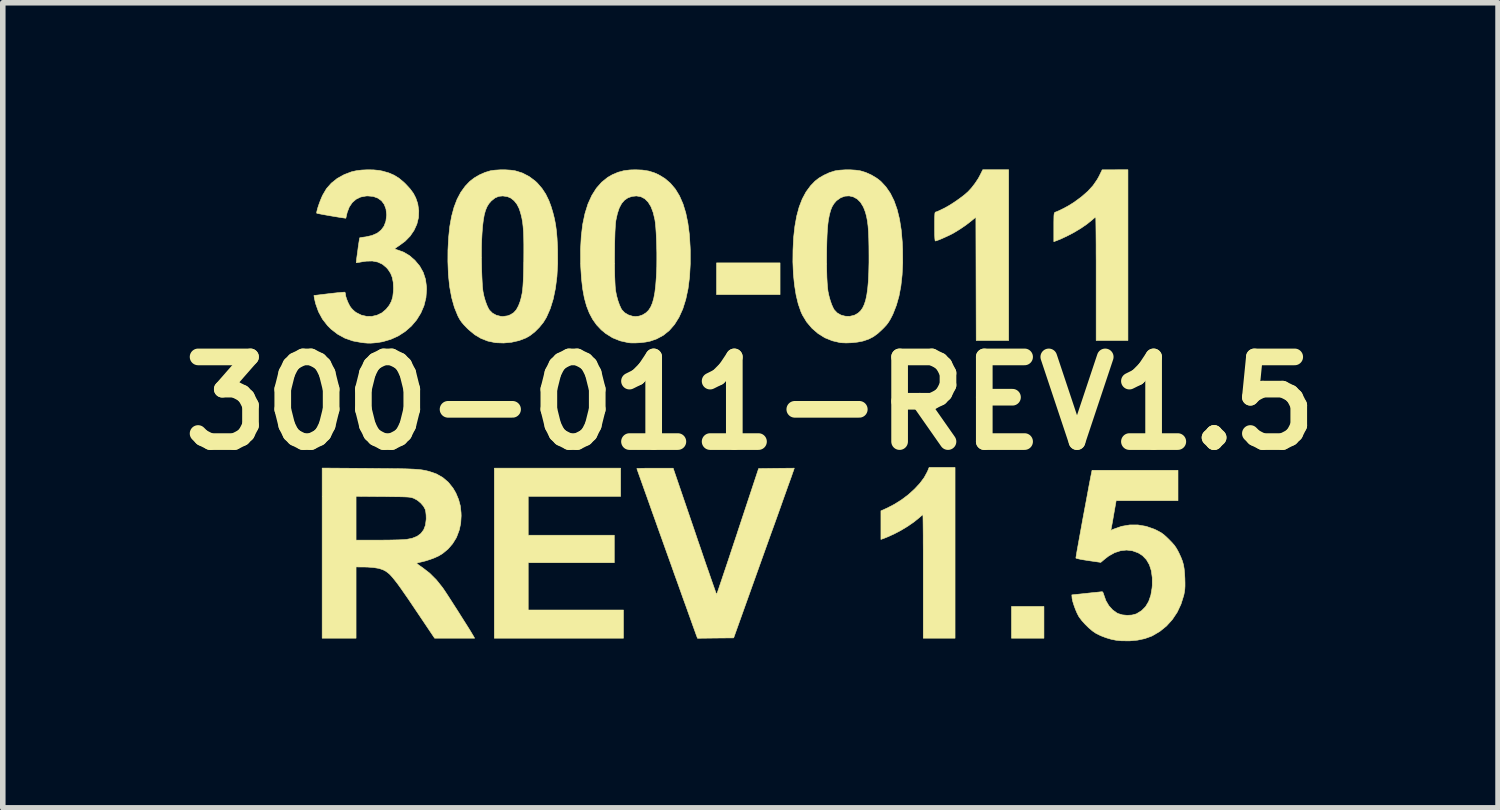
<source format=kicad_pcb>
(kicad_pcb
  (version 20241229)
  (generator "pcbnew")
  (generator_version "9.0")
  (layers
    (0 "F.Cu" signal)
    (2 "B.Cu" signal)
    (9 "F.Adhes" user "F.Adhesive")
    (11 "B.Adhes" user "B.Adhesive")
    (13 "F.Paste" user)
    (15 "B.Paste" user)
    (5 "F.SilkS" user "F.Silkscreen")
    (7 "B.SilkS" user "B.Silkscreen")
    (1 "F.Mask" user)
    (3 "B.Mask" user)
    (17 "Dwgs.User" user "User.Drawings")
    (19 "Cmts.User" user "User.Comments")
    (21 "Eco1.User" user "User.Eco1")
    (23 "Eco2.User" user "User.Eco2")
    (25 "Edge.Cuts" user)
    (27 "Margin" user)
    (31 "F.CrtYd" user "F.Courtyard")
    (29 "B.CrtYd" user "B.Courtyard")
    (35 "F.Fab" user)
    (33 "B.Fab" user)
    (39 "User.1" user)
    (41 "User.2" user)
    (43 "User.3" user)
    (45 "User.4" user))
  (footprint "300-011-REV1.5"
    (layer "F.Cu")
    (at 10.458 4.209)
    (property "Reference" "300-011-REV1.5" (at 0 0 0) (layer "F.SilkS") (effects (font (size 1.524 1.524) (thickness 0.3))))
    (attr through_hole)
    (fp_poly (pts (xy 0.533 -1.956) (xy -0.61 -1.956) (xy -0.61 -2.527) (xy 0.533 -2.527) (xy 0.533 -1.956)) (stroke (width 0.01) (type solid)) (fill yes) (layer "F.SilkS"))
    (fp_poly (pts (xy 5.283 4.229) (xy 4.699 4.229) (xy 4.699 3.658) (xy 5.283 3.658) (xy 5.283 4.229)) (stroke (width 0.01) (type solid)) (fill yes) (layer "F.SilkS"))
    (fp_poly (pts (xy -2.337 1.676) (xy -4 1.676) (xy -4 2.375) (xy -2.451 2.375) (xy -2.451 2.87) (xy -4 2.87) (xy -4 3.721) (xy -2.286 3.721) (xy -2.286 4.229) (xy -4.61 4.229) (xy -4.61 1.168) (xy -2.337 1.168) (xy -2.337 1.676)) (stroke (width 0.01) (type solid)) (fill yes) (layer "F.SilkS"))
    (fp_poly (pts (xy 3.683 4.229) (xy 3.111 4.229) (xy 3.111 3.118) (xy 3.111 2.952) (xy 3.111 2.794) (xy 3.111 2.645) (xy 3.11 2.508) (xy 3.11 2.383) (xy 3.109 2.273) (xy 3.108 2.179) (xy 3.107 2.104) (xy 3.106 2.049) (xy 3.105 2.016) (xy 3.104 2.007) (xy 3.091 2.014) (xy 3.066 2.035) (xy 3.035 2.062) (xy 2.945 2.135) (xy 2.838 2.209) (xy 2.72 2.281) (xy 2.598 2.346) (xy 2.479 2.401) (xy 2.431 2.42) (xy 2.349 2.451) (xy 2.349 1.936) (xy 2.459 1.887) (xy 2.592 1.818) (xy 2.722 1.736) (xy 2.843 1.645) (xy 2.953 1.545) (xy 3.049 1.442) (xy 3.127 1.338) (xy 3.183 1.235) (xy 3.19 1.22) (xy 3.216 1.156) (xy 3.683 1.156) (xy 3.683 4.229)) (stroke (width 0.01) (type solid)) (fill yes) (layer "F.SilkS"))
    (fp_poly (pts (xy 4.648 -4.204) (xy 4.648 -1.13) (xy 4.064 -1.13) (xy 4.058 -3.351) (xy 3.981 -3.287) (xy 3.883 -3.211) (xy 3.772 -3.135) (xy 3.661 -3.067) (xy 3.645 -3.058) (xy 3.601 -3.035) (xy 3.548 -3.01) (xy 3.491 -2.984) (xy 3.435 -2.959) (xy 3.385 -2.939) (xy 3.348 -2.926) (xy 3.328 -2.921) (xy 3.323 -2.933) (xy 3.319 -2.971) (xy 3.316 -3.033) (xy 3.315 -3.12) (xy 3.315 -3.181) (xy 3.315 -3.27) (xy 3.316 -3.337) (xy 3.318 -3.385) (xy 3.32 -3.416) (xy 3.324 -3.433) (xy 3.33 -3.441) (xy 3.333 -3.442) (xy 3.351 -3.447) (xy 3.387 -3.462) (xy 3.434 -3.484) (xy 3.489 -3.511) (xy 3.575 -3.559) (xy 3.668 -3.618) (xy 3.76 -3.682) (xy 3.845 -3.746) (xy 3.914 -3.806) (xy 3.916 -3.808) (xy 3.979 -3.876) (xy 4.043 -3.959) (xy 4.101 -4.046) (xy 4.136 -4.111) (xy 4.182 -4.204) (xy 4.415 -4.204) (xy 4.648 -4.204)) (stroke (width 0.01) (type solid)) (fill yes) (layer "F.SilkS"))
    (fp_poly (pts (xy 6.795 -1.13) (xy 6.223 -1.13) (xy 6.223 -2.242) (xy 6.223 -2.407) (xy 6.223 -2.565) (xy 6.222 -2.714) (xy 6.222 -2.852) (xy 6.221 -2.977) (xy 6.22 -3.087) (xy 6.219 -3.18) (xy 6.218 -3.255) (xy 6.217 -3.31) (xy 6.216 -3.343) (xy 6.215 -3.353) (xy 6.203 -3.345) (xy 6.177 -3.324) (xy 6.144 -3.295) (xy 6.142 -3.294) (xy 6.058 -3.226) (xy 5.955 -3.155) (xy 5.84 -3.085) (xy 5.718 -3.02) (xy 5.596 -2.962) (xy 5.515 -2.929) (xy 5.461 -2.909) (xy 5.461 -3.169) (xy 5.461 -3.257) (xy 5.462 -3.323) (xy 5.463 -3.371) (xy 5.466 -3.402) (xy 5.47 -3.422) (xy 5.475 -3.432) (xy 5.483 -3.437) (xy 5.483 -3.438) (xy 5.552 -3.466) (xy 5.632 -3.505) (xy 5.717 -3.551) (xy 5.797 -3.6) (xy 5.816 -3.612) (xy 5.956 -3.714) (xy 6.073 -3.816) (xy 6.168 -3.92) (xy 6.243 -4.029) (xy 6.277 -4.091) (xy 6.331 -4.202) (xy 6.795 -4.204) (xy 6.795 -1.13)) (stroke (width 0.01) (type solid)) (fill yes) (layer "F.SilkS"))
    (fp_poly (pts (xy 0.78 1.197) (xy 0.775 1.212) (xy 0.761 1.25) (xy 0.741 1.309) (xy 0.713 1.387) (xy 0.678 1.483) (xy 0.638 1.596) (xy 0.592 1.724) (xy 0.542 1.866) (xy 0.487 2.02) (xy 0.428 2.185) (xy 0.365 2.358) (xy 0.3 2.54) (xy 0.234 2.724) (xy -0.302 4.223) (xy -0.628 4.226) (xy -0.953 4.23) (xy -0.966 4.194) (xy -0.974 4.174) (xy -0.989 4.132) (xy -1.011 4.071) (xy -1.04 3.991) (xy -1.074 3.895) (xy -1.114 3.784) (xy -1.158 3.66) (xy -1.207 3.526) (xy -1.258 3.382) (xy -1.312 3.23) (xy -1.369 3.073) (xy -1.426 2.911) (xy -1.485 2.747) (xy -1.544 2.582) (xy -1.602 2.419) (xy -1.66 2.258) (xy -1.715 2.102) (xy -1.769 1.952) (xy -1.819 1.81) (xy -1.866 1.678) (xy -1.909 1.558) (xy -1.947 1.451) (xy -1.98 1.358) (xy -2.007 1.283) (xy -2.027 1.226) (xy -2.04 1.19) (xy -2.045 1.175) (xy -2.045 1.175) (xy -2.033 1.173) (xy -1.998 1.172) (xy -1.945 1.17) (xy -1.877 1.169) (xy -1.797 1.169) (xy -1.718 1.169) (xy -1.391 1.169) (xy -1.003 2.305) (xy -0.948 2.468) (xy -0.894 2.624) (xy -0.844 2.772) (xy -0.797 2.909) (xy -0.753 3.034) (xy -0.715 3.145) (xy -0.681 3.242) (xy -0.653 3.321) (xy -0.632 3.381) (xy -0.617 3.422) (xy -0.61 3.44) (xy -0.609 3.442) (xy -0.605 3.43) (xy -0.592 3.396) (xy -0.573 3.341) (xy -0.548 3.266) (xy -0.517 3.175) (xy -0.481 3.067) (xy -0.44 2.946) (xy -0.395 2.812) (xy -0.347 2.667) (xy -0.296 2.513) (xy -0.242 2.352) (xy -0.228 2.308) (xy 0.147 1.175) (xy 0.468 1.171) (xy 0.789 1.168) (xy 0.78 1.197)) (stroke (width 0.01) (type solid)) (fill yes) (layer "F.SilkS"))
    (fp_poly (pts (xy -1.945 -4.198) (xy -1.836 -4.181) (xy -1.734 -4.15) (xy -1.657 -4.116) (xy -1.542 -4.047) (xy -1.441 -3.961) (xy -1.352 -3.856) (xy -1.277 -3.733) (xy -1.214 -3.589) (xy -1.164 -3.426) (xy -1.126 -3.242) (xy -1.099 -3.036) (xy -1.085 -2.809) (xy -1.083 -2.76) (xy -1.083 -2.507) (xy -1.096 -2.274) (xy -1.123 -2.062) (xy -1.164 -1.87) (xy -1.218 -1.698) (xy -1.286 -1.548) (xy -1.367 -1.418) (xy -1.461 -1.31) (xy -1.569 -1.223) (xy -1.69 -1.158) (xy -1.806 -1.118) (xy -1.888 -1.102) (xy -1.98 -1.091) (xy -2.073 -1.086) (xy -2.158 -1.087) (xy -2.197 -1.091) (xy -2.345 -1.124) (xy -2.482 -1.179) (xy -2.607 -1.257) (xy -2.686 -1.323) (xy -2.769 -1.411) (xy -2.84 -1.511) (xy -2.9 -1.624) (xy -2.95 -1.752) (xy -2.99 -1.897) (xy -3.02 -2.06) (xy -3.041 -2.244) (xy -3.054 -2.449) (xy -3.057 -2.515) (xy -3.057 -2.632) (xy -2.446 -2.632) (xy -2.446 -2.511) (xy -2.445 -2.395) (xy -2.443 -2.287) (xy -2.439 -2.191) (xy -2.435 -2.111) (xy -2.43 -2.051) (xy -2.428 -2.032) (xy -2.41 -1.939) (xy -2.385 -1.848) (xy -2.356 -1.767) (xy -2.326 -1.702) (xy -2.314 -1.683) (xy -2.264 -1.63) (xy -2.198 -1.591) (xy -2.123 -1.567) (xy -2.07 -1.562) (xy -2.007 -1.568) (xy -1.948 -1.588) (xy -1.93 -1.597) (xy -1.878 -1.63) (xy -1.833 -1.674) (xy -1.796 -1.731) (xy -1.765 -1.803) (xy -1.74 -1.891) (xy -1.72 -1.998) (xy -1.705 -2.126) (xy -1.694 -2.275) (xy -1.69 -2.356) (xy -1.686 -2.464) (xy -1.685 -2.583) (xy -1.685 -2.707) (xy -1.688 -2.832) (xy -1.692 -2.953) (xy -1.697 -3.066) (xy -1.704 -3.167) (xy -1.712 -3.251) (xy -1.72 -3.305) (xy -1.75 -3.432) (xy -1.79 -3.538) (xy -1.841 -3.621) (xy -1.901 -3.681) (xy -1.971 -3.718) (xy -2.051 -3.732) (xy -2.13 -3.724) (xy -2.204 -3.699) (xy -2.266 -3.657) (xy -2.318 -3.597) (xy -2.361 -3.517) (xy -2.395 -3.415) (xy -2.422 -3.292) (xy -2.428 -3.244) (xy -2.433 -3.174) (xy -2.438 -3.086) (xy -2.441 -2.984) (xy -2.444 -2.872) (xy -2.445 -2.753) (xy -2.446 -2.632) (xy -3.057 -2.632) (xy -3.058 -2.772) (xy -3.045 -3.008) (xy -3.019 -3.223) (xy -2.978 -3.417) (xy -2.924 -3.589) (xy -2.855 -3.741) (xy -2.773 -3.871) (xy -2.677 -3.98) (xy -2.567 -4.068) (xy -2.483 -4.116) (xy -2.383 -4.158) (xy -2.28 -4.186) (xy -2.168 -4.2) (xy -2.07 -4.203) (xy -1.945 -4.198)) (stroke (width 0.01) (type solid)) (fill yes) (layer "F.SilkS"))
    (fp_poly (pts (xy -6.868 1.172) (xy -6.693 1.174) (xy -6.542 1.175) (xy -6.413 1.177) (xy -6.302 1.178) (xy -6.208 1.18) (xy -6.128 1.183) (xy -6.061 1.186) (xy -6.005 1.19) (xy -5.956 1.194) (xy -5.914 1.199) (xy -5.876 1.206) (xy -5.839 1.213) (xy -5.802 1.222) (xy -5.785 1.226) (xy -5.654 1.271) (xy -5.539 1.336) (xy -5.438 1.422) (xy -5.354 1.527) (xy -5.302 1.616) (xy -5.253 1.733) (xy -5.222 1.848) (xy -5.209 1.97) (xy -5.207 2.026) (xy -5.215 2.159) (xy -5.241 2.281) (xy -5.285 2.398) (xy -5.296 2.423) (xy -5.361 2.528) (xy -5.444 2.624) (xy -5.541 2.704) (xy -5.608 2.745) (xy -5.676 2.777) (xy -5.757 2.808) (xy -5.843 2.836) (xy -5.923 2.856) (xy -5.959 2.864) (xy -5.99 2.871) (xy -6.006 2.879) (xy -6.007 2.88) (xy -5.997 2.891) (xy -5.97 2.912) (xy -5.931 2.939) (xy -5.902 2.959) (xy -5.774 3.058) (xy -5.653 3.179) (xy -5.542 3.318) (xy -5.537 3.325) (xy -5.513 3.36) (xy -5.479 3.411) (xy -5.436 3.477) (xy -5.387 3.553) (xy -5.333 3.637) (xy -5.277 3.724) (xy -5.221 3.813) (xy -5.166 3.9) (xy -5.114 3.982) (xy -5.068 4.055) (xy -5.03 4.117) (xy -5.002 4.164) (xy -4.985 4.193) (xy -4.984 4.194) (xy -4.965 4.229) (xy -5.684 4.229) (xy -5.975 3.796) (xy -6.072 3.652) (xy -6.156 3.527) (xy -6.23 3.421) (xy -6.293 3.33) (xy -6.347 3.255) (xy -6.395 3.193) (xy -6.436 3.142) (xy -6.472 3.101) (xy -6.504 3.069) (xy -6.535 3.044) (xy -6.564 3.023) (xy -6.594 3.007) (xy -6.612 2.998) (xy -6.684 2.973) (xy -6.78 2.957) (xy -6.897 2.948) (xy -6.969 2.947) (xy -7.099 2.946) (xy -7.099 4.229) (xy -7.709 4.229) (xy -7.709 2.464) (xy -7.099 2.464) (xy -6.702 2.464) (xy -6.599 2.463) (xy -6.498 2.462) (xy -6.405 2.46) (xy -6.323 2.458) (xy -6.256 2.455) (xy -6.21 2.452) (xy -6.201 2.452) (xy -6.091 2.431) (xy -6.001 2.395) (xy -5.932 2.344) (xy -5.882 2.278) (xy -5.85 2.195) (xy -5.837 2.094) (xy -5.836 2.07) (xy -5.838 2.01) (xy -5.844 1.955) (xy -5.853 1.914) (xy -5.853 1.912) (xy -5.885 1.853) (xy -5.934 1.796) (xy -5.994 1.746) (xy -6.056 1.712) (xy -6.075 1.705) (xy -6.094 1.699) (xy -6.116 1.694) (xy -6.143 1.69) (xy -6.179 1.687) (xy -6.225 1.685) (xy -6.285 1.683) (xy -6.361 1.682) (xy -6.457 1.681) (xy -6.574 1.679) (xy -6.614 1.679) (xy -7.099 1.675) (xy -7.099 2.464) (xy -7.709 2.464) (xy -7.709 1.166) (xy -6.868 1.172)) (stroke (width 0.01) (type solid)) (fill yes) (layer "F.SilkS"))
    (fp_poly (pts (xy 1.803 -4.202) (xy 1.897 -4.196) (xy 1.975 -4.185) (xy 2.075 -4.155) (xy 2.179 -4.108) (xy 2.277 -4.049) (xy 2.346 -3.995) (xy 2.438 -3.896) (xy 2.518 -3.78) (xy 2.585 -3.645) (xy 2.64 -3.49) (xy 2.683 -3.316) (xy 2.714 -3.12) (xy 2.733 -2.903) (xy 2.739 -2.769) (xy 2.741 -2.529) (xy 2.73 -2.31) (xy 2.708 -2.111) (xy 2.674 -1.929) (xy 2.627 -1.764) (xy 2.568 -1.613) (xy 2.55 -1.575) (xy 2.516 -1.51) (xy 2.485 -1.459) (xy 2.451 -1.413) (xy 2.407 -1.365) (xy 2.375 -1.333) (xy 2.292 -1.256) (xy 2.212 -1.198) (xy 2.128 -1.155) (xy 2.035 -1.123) (xy 2.016 -1.118) (xy 1.926 -1.101) (xy 1.825 -1.09) (xy 1.723 -1.086) (xy 1.633 -1.09) (xy 1.615 -1.092) (xy 1.474 -1.125) (xy 1.34 -1.179) (xy 1.218 -1.255) (xy 1.108 -1.35) (xy 1.013 -1.462) (xy 0.936 -1.589) (xy 0.91 -1.646) (xy 0.861 -1.786) (xy 0.822 -1.948) (xy 0.793 -2.13) (xy 0.773 -2.329) (xy 0.764 -2.545) (xy 0.765 -2.638) (xy 1.371 -2.638) (xy 1.371 -2.507) (xy 1.373 -2.381) (xy 1.376 -2.264) (xy 1.382 -2.16) (xy 1.389 -2.073) (xy 1.396 -2.016) (xy 1.413 -1.935) (xy 1.436 -1.853) (xy 1.462 -1.777) (xy 1.49 -1.715) (xy 1.508 -1.683) (xy 1.561 -1.627) (xy 1.629 -1.588) (xy 1.707 -1.567) (xy 1.788 -1.565) (xy 1.868 -1.584) (xy 1.887 -1.593) (xy 1.937 -1.622) (xy 1.981 -1.662) (xy 2.018 -1.713) (xy 2.049 -1.778) (xy 2.075 -1.858) (xy 2.095 -1.954) (xy 2.111 -2.068) (xy 2.123 -2.202) (xy 2.13 -2.357) (xy 2.134 -2.534) (xy 2.134 -2.66) (xy 2.133 -2.824) (xy 2.13 -2.965) (xy 2.125 -3.086) (xy 2.117 -3.191) (xy 2.106 -3.28) (xy 2.091 -3.358) (xy 2.073 -3.428) (xy 2.051 -3.49) (xy 2.03 -3.539) (xy 1.981 -3.619) (xy 1.921 -3.678) (xy 1.851 -3.716) (xy 1.777 -3.733) (xy 1.7 -3.728) (xy 1.624 -3.7) (xy 1.552 -3.649) (xy 1.542 -3.639) (xy 1.502 -3.592) (xy 1.47 -3.539) (xy 1.444 -3.475) (xy 1.422 -3.394) (xy 1.402 -3.293) (xy 1.402 -3.289) (xy 1.393 -3.218) (xy 1.385 -3.126) (xy 1.379 -3.018) (xy 1.375 -2.898) (xy 1.372 -2.77) (xy 1.371 -2.638) (xy 0.765 -2.638) (xy 0.766 -2.756) (xy 0.777 -2.982) (xy 0.8 -3.187) (xy 0.833 -3.37) (xy 0.877 -3.533) (xy 0.933 -3.678) (xy 1.001 -3.805) (xy 1.082 -3.915) (xy 1.162 -3.998) (xy 1.235 -4.055) (xy 1.325 -4.107) (xy 1.42 -4.151) (xy 1.513 -4.181) (xy 1.53 -4.185) (xy 1.61 -4.196) (xy 1.704 -4.202) (xy 1.803 -4.202)) (stroke (width 0.01) (type solid)) (fill yes) (layer "F.SilkS"))
    (fp_poly (pts (xy -4.407 -4.202) (xy -4.313 -4.196) (xy -4.235 -4.185) (xy -4.106 -4.145) (xy -3.984 -4.082) (xy -3.873 -3.999) (xy -3.835 -3.963) (xy -3.753 -3.868) (xy -3.685 -3.765) (xy -3.628 -3.648) (xy -3.589 -3.543) (xy -3.556 -3.434) (xy -3.529 -3.327) (xy -3.508 -3.219) (xy -3.492 -3.102) (xy -3.481 -2.972) (xy -3.473 -2.825) (xy -3.471 -2.762) (xy -3.47 -2.514) (xy -3.483 -2.283) (xy -3.51 -2.07) (xy -3.55 -1.876) (xy -3.604 -1.702) (xy -3.671 -1.55) (xy -3.674 -1.544) (xy -3.73 -1.453) (xy -3.802 -1.365) (xy -3.882 -1.285) (xy -3.967 -1.219) (xy -4.039 -1.177) (xy -4.164 -1.129) (xy -4.301 -1.098) (xy -4.442 -1.085) (xy -4.579 -1.09) (xy -4.595 -1.092) (xy -4.728 -1.12) (xy -4.849 -1.167) (xy -4.962 -1.234) (xy -5.071 -1.324) (xy -5.1 -1.352) (xy -5.155 -1.409) (xy -5.196 -1.457) (xy -5.228 -1.503) (xy -5.256 -1.553) (xy -5.267 -1.575) (xy -5.329 -1.727) (xy -5.378 -1.901) (xy -5.414 -2.097) (xy -5.437 -2.314) (xy -5.446 -2.553) (xy -5.445 -2.738) (xy -4.842 -2.738) (xy -4.842 -2.626) (xy -4.84 -2.511) (xy -4.838 -2.396) (xy -4.834 -2.287) (xy -4.829 -2.188) (xy -4.824 -2.102) (xy -4.817 -2.035) (xy -4.813 -2.007) (xy -4.796 -1.925) (xy -4.772 -1.842) (xy -4.744 -1.766) (xy -4.715 -1.704) (xy -4.697 -1.676) (xy -4.644 -1.623) (xy -4.575 -1.585) (xy -4.496 -1.565) (xy -4.458 -1.562) (xy -4.372 -1.574) (xy -4.322 -1.593) (xy -4.262 -1.63) (xy -4.214 -1.683) (xy -4.175 -1.755) (xy -4.147 -1.828) (xy -4.132 -1.88) (xy -4.12 -1.93) (xy -4.109 -1.983) (xy -4.101 -2.042) (xy -4.095 -2.11) (xy -4.09 -2.19) (xy -4.086 -2.285) (xy -4.083 -2.399) (xy -4.081 -2.535) (xy -4.08 -2.552) (xy -4.079 -2.717) (xy -4.079 -2.859) (xy -4.081 -2.981) (xy -4.085 -3.087) (xy -4.092 -3.179) (xy -4.101 -3.259) (xy -4.114 -3.332) (xy -4.13 -3.399) (xy -4.149 -3.463) (xy -4.166 -3.511) (xy -4.203 -3.583) (xy -4.253 -3.646) (xy -4.312 -3.693) (xy -4.372 -3.719) (xy -4.457 -3.732) (xy -4.531 -3.725) (xy -4.598 -3.696) (xy -4.664 -3.643) (xy -4.669 -3.638) (xy -4.708 -3.593) (xy -4.741 -3.539) (xy -4.768 -3.475) (xy -4.79 -3.398) (xy -4.807 -3.304) (xy -4.821 -3.193) (xy -4.831 -3.061) (xy -4.838 -2.933) (xy -4.841 -2.841) (xy -4.842 -2.738) (xy -5.445 -2.738) (xy -5.445 -2.754) (xy -5.433 -2.98) (xy -5.412 -3.183) (xy -5.379 -3.366) (xy -5.335 -3.529) (xy -5.28 -3.673) (xy -5.213 -3.799) (xy -5.133 -3.909) (xy -5.054 -3.992) (xy -4.974 -4.055) (xy -4.878 -4.111) (xy -4.776 -4.156) (xy -4.68 -4.185) (xy -4.601 -4.196) (xy -4.506 -4.202) (xy -4.407 -4.202)) (stroke (width 0.01) (type solid)) (fill yes) (layer "F.SilkS"))
    (fp_poly (pts (xy 7.696 1.753) (xy 6.583 1.753) (xy 6.541 1.991) (xy 6.528 2.067) (xy 6.516 2.137) (xy 6.505 2.195) (xy 6.497 2.237) (xy 6.493 2.258) (xy 6.487 2.288) (xy 6.536 2.266) (xy 6.681 2.215) (xy 6.828 2.19) (xy 6.975 2.19) (xy 7.122 2.215) (xy 7.266 2.265) (xy 7.303 2.282) (xy 7.36 2.312) (xy 7.407 2.34) (xy 7.45 2.373) (xy 7.498 2.417) (xy 7.538 2.456) (xy 7.592 2.512) (xy 7.632 2.558) (xy 7.663 2.603) (xy 7.692 2.653) (xy 7.712 2.692) (xy 7.749 2.772) (xy 7.776 2.841) (xy 7.795 2.908) (xy 7.807 2.98) (xy 7.815 3.064) (xy 7.82 3.153) (xy 7.822 3.232) (xy 7.822 3.293) (xy 7.819 3.343) (xy 7.813 3.389) (xy 7.804 3.438) (xy 7.799 3.46) (xy 7.75 3.616) (xy 7.682 3.761) (xy 7.594 3.893) (xy 7.489 4.009) (xy 7.368 4.107) (xy 7.233 4.186) (xy 7.215 4.194) (xy 7.098 4.236) (xy 6.966 4.264) (xy 6.823 4.277) (xy 6.676 4.275) (xy 6.579 4.265) (xy 6.494 4.248) (xy 6.4 4.22) (xy 6.308 4.185) (xy 6.228 4.146) (xy 6.214 4.138) (xy 6.156 4.098) (xy 6.091 4.043) (xy 6.026 3.979) (xy 5.967 3.914) (xy 5.92 3.852) (xy 5.907 3.832) (xy 5.878 3.775) (xy 5.849 3.707) (xy 5.823 3.635) (xy 5.802 3.568) (xy 5.79 3.513) (xy 5.789 3.499) (xy 5.785 3.449) (xy 6.052 3.421) (xy 6.132 3.412) (xy 6.204 3.405) (xy 6.263 3.399) (xy 6.307 3.394) (xy 6.33 3.392) (xy 6.333 3.392) (xy 6.344 3.402) (xy 6.356 3.431) (xy 6.362 3.451) (xy 6.398 3.553) (xy 6.451 3.643) (xy 6.518 3.718) (xy 6.595 3.774) (xy 6.62 3.786) (xy 6.696 3.809) (xy 6.781 3.817) (xy 6.867 3.812) (xy 6.943 3.792) (xy 6.953 3.787) (xy 7.041 3.733) (xy 7.113 3.66) (xy 7.168 3.568) (xy 7.207 3.456) (xy 7.229 3.325) (xy 7.233 3.279) (xy 7.233 3.139) (xy 7.216 3.014) (xy 7.181 2.906) (xy 7.128 2.815) (xy 7.058 2.742) (xy 6.979 2.692) (xy 6.876 2.655) (xy 6.77 2.642) (xy 6.663 2.654) (xy 6.555 2.689) (xy 6.45 2.748) (xy 6.387 2.796) (xy 6.306 2.864) (xy 6.084 2.832) (xy 6.008 2.82) (xy 5.943 2.809) (xy 5.895 2.798) (xy 5.865 2.79) (xy 5.858 2.785) (xy 5.86 2.772) (xy 5.866 2.735) (xy 5.875 2.679) (xy 5.888 2.606) (xy 5.904 2.518) (xy 5.922 2.418) (xy 5.942 2.308) (xy 5.963 2.192) (xy 5.985 2.071) (xy 6.008 1.948) (xy 6.031 1.826) (xy 6.053 1.708) (xy 6.074 1.595) (xy 6.093 1.491) (xy 6.111 1.398) (xy 6.126 1.319) (xy 6.139 1.256) (xy 6.142 1.241) (xy 6.149 1.206) (xy 7.696 1.206) (xy 7.696 1.753)) (stroke (width 0.01) (type solid)) (fill yes) (layer "F.SilkS"))
    (fp_poly (pts (xy -6.783 -4.201) (xy -6.683 -4.191) (xy -6.623 -4.179) (xy -6.51 -4.147) (xy -6.413 -4.105) (xy -6.325 -4.05) (xy -6.239 -3.978) (xy -6.204 -3.944) (xy -6.126 -3.859) (xy -6.067 -3.779) (xy -6.024 -3.696) (xy -5.993 -3.606) (xy -5.988 -3.588) (xy -5.97 -3.466) (xy -5.975 -3.344) (xy -6.004 -3.225) (xy -6.055 -3.113) (xy -6.126 -3.009) (xy -6.217 -2.916) (xy -6.322 -2.839) (xy -6.36 -2.814) (xy -6.388 -2.794) (xy -6.401 -2.782) (xy -6.401 -2.781) (xy -6.39 -2.773) (xy -6.361 -2.762) (xy -6.34 -2.756) (xy -6.238 -2.718) (xy -6.136 -2.657) (xy -6.04 -2.573) (xy -6.039 -2.572) (xy -5.953 -2.469) (xy -5.89 -2.356) (xy -5.849 -2.232) (xy -5.831 -2.096) (xy -5.83 -2.047) (xy -5.841 -1.899) (xy -5.876 -1.757) (xy -5.933 -1.624) (xy -6.009 -1.501) (xy -6.103 -1.39) (xy -6.213 -1.294) (xy -6.337 -1.213) (xy -6.474 -1.151) (xy -6.621 -1.108) (xy -6.712 -1.093) (xy -6.783 -1.086) (xy -6.84 -1.082) (xy -6.894 -1.083) (xy -6.954 -1.088) (xy -6.998 -1.093) (xy -7.156 -1.122) (xy -7.3 -1.172) (xy -7.431 -1.244) (xy -7.55 -1.336) (xy -7.612 -1.398) (xy -7.703 -1.515) (xy -7.775 -1.648) (xy -7.827 -1.794) (xy -7.847 -1.881) (xy -7.857 -1.94) (xy -7.584 -1.973) (xy -7.504 -1.982) (xy -7.431 -1.99) (xy -7.371 -1.995) (xy -7.327 -1.999) (xy -7.304 -2) (xy -7.3 -1.999) (xy -7.292 -1.983) (xy -7.29 -1.962) (xy -7.284 -1.924) (xy -7.267 -1.872) (xy -7.244 -1.815) (xy -7.217 -1.761) (xy -7.198 -1.73) (xy -7.166 -1.692) (xy -7.123 -1.652) (xy -7.095 -1.632) (xy -7.005 -1.587) (xy -6.91 -1.565) (xy -6.814 -1.564) (xy -6.72 -1.586) (xy -6.633 -1.628) (xy -6.558 -1.692) (xy -6.557 -1.693) (xy -6.501 -1.763) (xy -6.462 -1.836) (xy -6.438 -1.917) (xy -6.427 -2.013) (xy -6.425 -2.074) (xy -6.43 -2.178) (xy -6.447 -2.265) (xy -6.477 -2.34) (xy -6.522 -2.408) (xy -6.552 -2.443) (xy -6.624 -2.503) (xy -6.708 -2.542) (xy -6.805 -2.561) (xy -6.915 -2.558) (xy -6.984 -2.548) (xy -7.033 -2.539) (xy -7.071 -2.533) (xy -7.092 -2.531) (xy -7.095 -2.531) (xy -7.094 -2.544) (xy -7.091 -2.577) (xy -7.085 -2.626) (xy -7.077 -2.684) (xy -7.068 -2.749) (xy -7.06 -2.813) (xy -7.051 -2.873) (xy -7.043 -2.924) (xy -7.037 -2.96) (xy -7.034 -2.977) (xy -7.034 -2.978) (xy -7.02 -2.981) (xy -6.987 -2.987) (xy -6.942 -2.993) (xy -6.925 -2.995) (xy -6.814 -3.02) (xy -6.721 -3.06) (xy -6.648 -3.117) (xy -6.595 -3.189) (xy -6.562 -3.277) (xy -6.549 -3.381) (xy -6.549 -3.399) (xy -6.56 -3.496) (xy -6.591 -3.579) (xy -6.64 -3.645) (xy -6.707 -3.693) (xy -6.789 -3.723) (xy -6.886 -3.732) (xy -6.918 -3.731) (xy -7.015 -3.713) (xy -7.098 -3.673) (xy -7.167 -3.613) (xy -7.221 -3.533) (xy -7.259 -3.434) (xy -7.266 -3.404) (xy -7.275 -3.365) (xy -7.281 -3.339) (xy -7.283 -3.331) (xy -7.296 -3.332) (xy -7.329 -3.337) (xy -7.378 -3.344) (xy -7.438 -3.354) (xy -7.505 -3.365) (xy -7.576 -3.377) (xy -7.644 -3.389) (xy -7.705 -3.4) (xy -7.756 -3.41) (xy -7.791 -3.417) (xy -7.806 -3.421) (xy -7.807 -3.421) (xy -7.808 -3.437) (xy -7.8 -3.472) (xy -7.787 -3.521) (xy -7.768 -3.578) (xy -7.746 -3.638) (xy -7.722 -3.697) (xy -7.701 -3.745) (xy -7.632 -3.862) (xy -7.544 -3.962) (xy -7.438 -4.047) (xy -7.313 -4.116) (xy -7.182 -4.166) (xy -7.099 -4.185) (xy -6.999 -4.198) (xy -6.891 -4.203) (xy -6.783 -4.201)) (stroke (width 0.01) (type solid)) (fill yes) (layer "F.SilkS")))
  (gr_rect
    (start -3 -3)
    (end 23.915 11.491)
    (stroke (width 0.1) (type default))
    (fill no)
    (layer "Edge.Cuts")))
</source>
